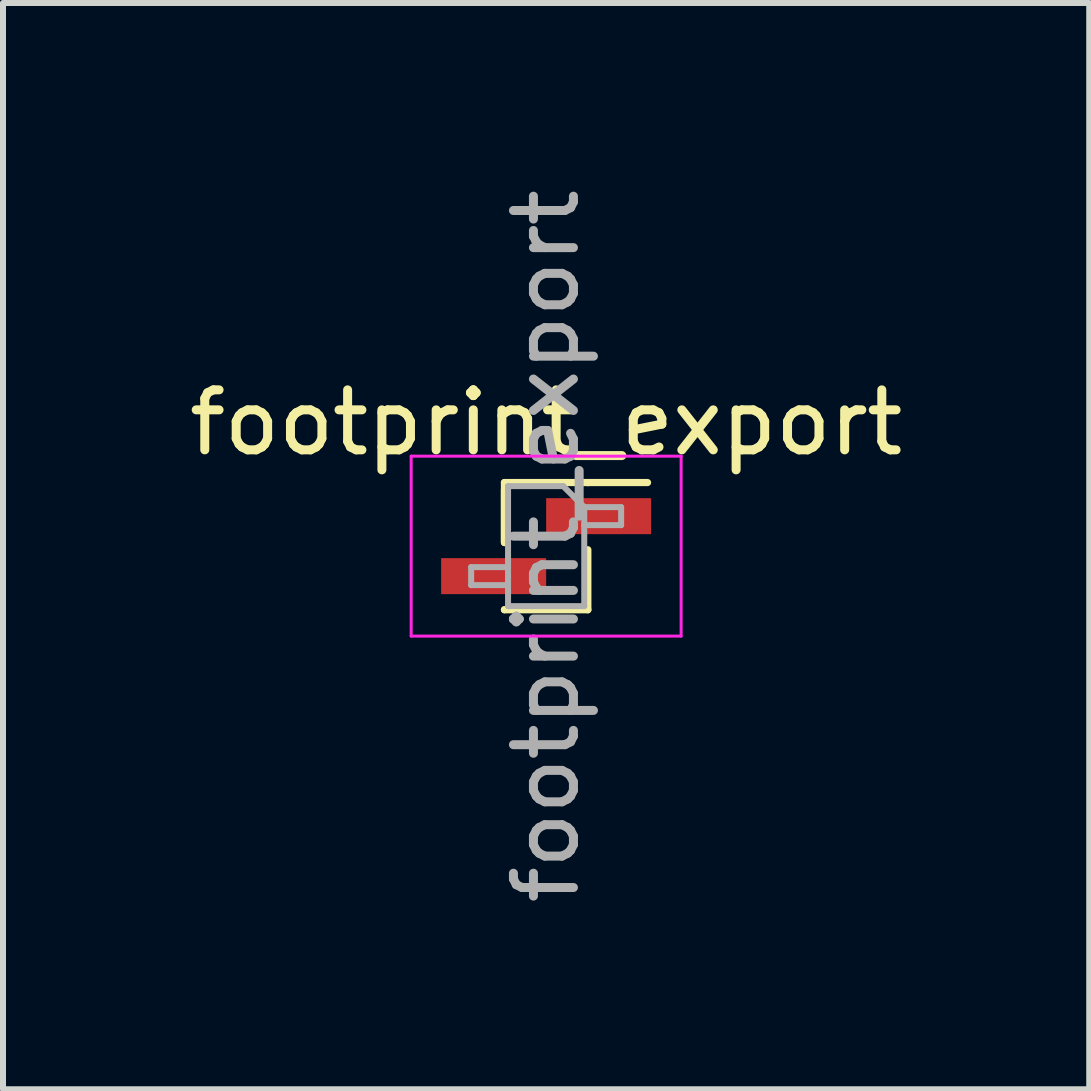
<source format=kicad_pcb>
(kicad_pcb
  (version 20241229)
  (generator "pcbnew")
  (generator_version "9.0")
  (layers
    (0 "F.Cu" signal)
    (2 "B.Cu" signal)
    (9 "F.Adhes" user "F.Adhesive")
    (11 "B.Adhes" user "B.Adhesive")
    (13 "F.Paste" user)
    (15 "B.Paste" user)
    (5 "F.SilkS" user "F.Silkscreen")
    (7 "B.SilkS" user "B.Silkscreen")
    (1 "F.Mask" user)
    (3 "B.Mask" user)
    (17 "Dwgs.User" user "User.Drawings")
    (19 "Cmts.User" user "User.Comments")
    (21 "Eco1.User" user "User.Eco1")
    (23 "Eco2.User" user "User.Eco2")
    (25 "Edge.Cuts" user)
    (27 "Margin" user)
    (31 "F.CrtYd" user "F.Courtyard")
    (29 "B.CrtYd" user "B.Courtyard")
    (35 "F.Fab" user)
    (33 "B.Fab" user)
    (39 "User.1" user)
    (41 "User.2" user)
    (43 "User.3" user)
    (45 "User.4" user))
  (footprint "footprint_export"
    (layer "F.Cu")
    (at 6.054 6.054)
    (property "Reference" "footprint_export" (at 0 -2.06 0) (layer "F.SilkS") (effects (font (size 1 1) (thickness 0.15))))
    (attr smd)
    (fp_line (start -0.695 -1.06) (end -0.695 -0.06) (stroke (width 0.12) (type solid)) (layer "F.SilkS"))
    (fp_line (start -0.695 -1.06) (end 0.695 -1.06) (stroke (width 0.12) (type solid)) (layer "F.SilkS"))
    (fp_line (start -0.695 -0.94) (end -0.695 -0.06) (stroke (width 0.12) (type solid)) (layer "F.SilkS"))
    (fp_line (start -0.695 1.06) (end -0.695 1.06) (stroke (width 0.12) (type solid)) (layer "F.SilkS"))
    (fp_line (start -0.695 1.06) (end 0.695 1.06) (stroke (width 0.12) (type solid)) (layer "F.SilkS"))
    (fp_line (start 0.695 -1.06) (end 0.695 -1.06) (stroke (width 0.12) (type solid)) (layer "F.SilkS"))
    (fp_line (start 0.695 -1.06) (end 1.69 -1.06) (stroke (width 0.12) (type solid)) (layer "F.SilkS"))
    (fp_line (start 0.695 0.06) (end 0.695 1.06) (stroke (width 0.12) (type solid)) (layer "F.SilkS"))
    (fp_line (start -2.25 -1.5) (end -2.25 1.5) (stroke (width 0.05) (type solid)) (layer "F.CrtYd"))
    (fp_line (start -2.25 1.5) (end 2.25 1.5) (stroke (width 0.05) (type solid)) (layer "F.CrtYd"))
    (fp_line (start 2.25 -1.5) (end -2.25 -1.5) (stroke (width 0.05) (type solid)) (layer "F.CrtYd"))
    (fp_line (start 2.25 1.5) (end 2.25 -1.5) (stroke (width 0.05) (type solid)) (layer "F.CrtYd"))
    (fp_line (start -1.25 0.35) (end -1.25 0.65) (stroke (width 0.1) (type solid)) (layer "F.Fab"))
    (fp_line (start -1.25 0.65) (end -0.635 0.65) (stroke (width 0.1) (type solid)) (layer "F.Fab"))
    (fp_line (start -0.635 -1) (end -0.635 1) (stroke (width 0.1) (type solid)) (layer "F.Fab"))
    (fp_line (start -0.635 -1) (end 0.285 -1) (stroke (width 0.1) (type solid)) (layer "F.Fab"))
    (fp_line (start -0.635 0.35) (end -1.25 0.35) (stroke (width 0.1) (type solid)) (layer "F.Fab"))
    (fp_line (start 0.635 -0.65) (end 0.285 -1) (stroke (width 0.1) (type solid)) (layer "F.Fab"))
    (fp_line (start 0.635 -0.65) (end 1.25 -0.65) (stroke (width 0.1) (type solid)) (layer "F.Fab"))
    (fp_line (start 0.635 1) (end -0.635 1) (stroke (width 0.1) (type solid)) (layer "F.Fab"))
    (fp_line (start 0.635 1) (end 0.635 -0.65) (stroke (width 0.1) (type solid)) (layer "F.Fab"))
    (fp_line (start 1.25 -0.65) (end 1.25 -0.35) (stroke (width 0.1) (type solid)) (layer "F.Fab"))
    (fp_line (start 1.25 -0.35) (end 0.635 -0.35) (stroke (width 0.1) (type solid)) (layer "F.Fab"))
    (fp_text user "${REFERENCE}" (at 0 0 90) (layer "F.Fab") (effects (font (size 1 1) (thickness 0.15))))
    (pad "1" smd rect (at 0.875 -0.5) (size 1.75 0.6) (layers "F.Cu" "F.Mask" "F.Paste"))
    (pad "2" smd rect (at -0.875 0.5) (size 1.75 0.6) (layers "F.Cu" "F.Mask" "F.Paste")))
  (gr_rect
    (start -3 -3)
    (end 15.107 15.107)
    (stroke (width 0.1) (type default))
    (fill no)
    (layer "Edge.Cuts")))
</source>
